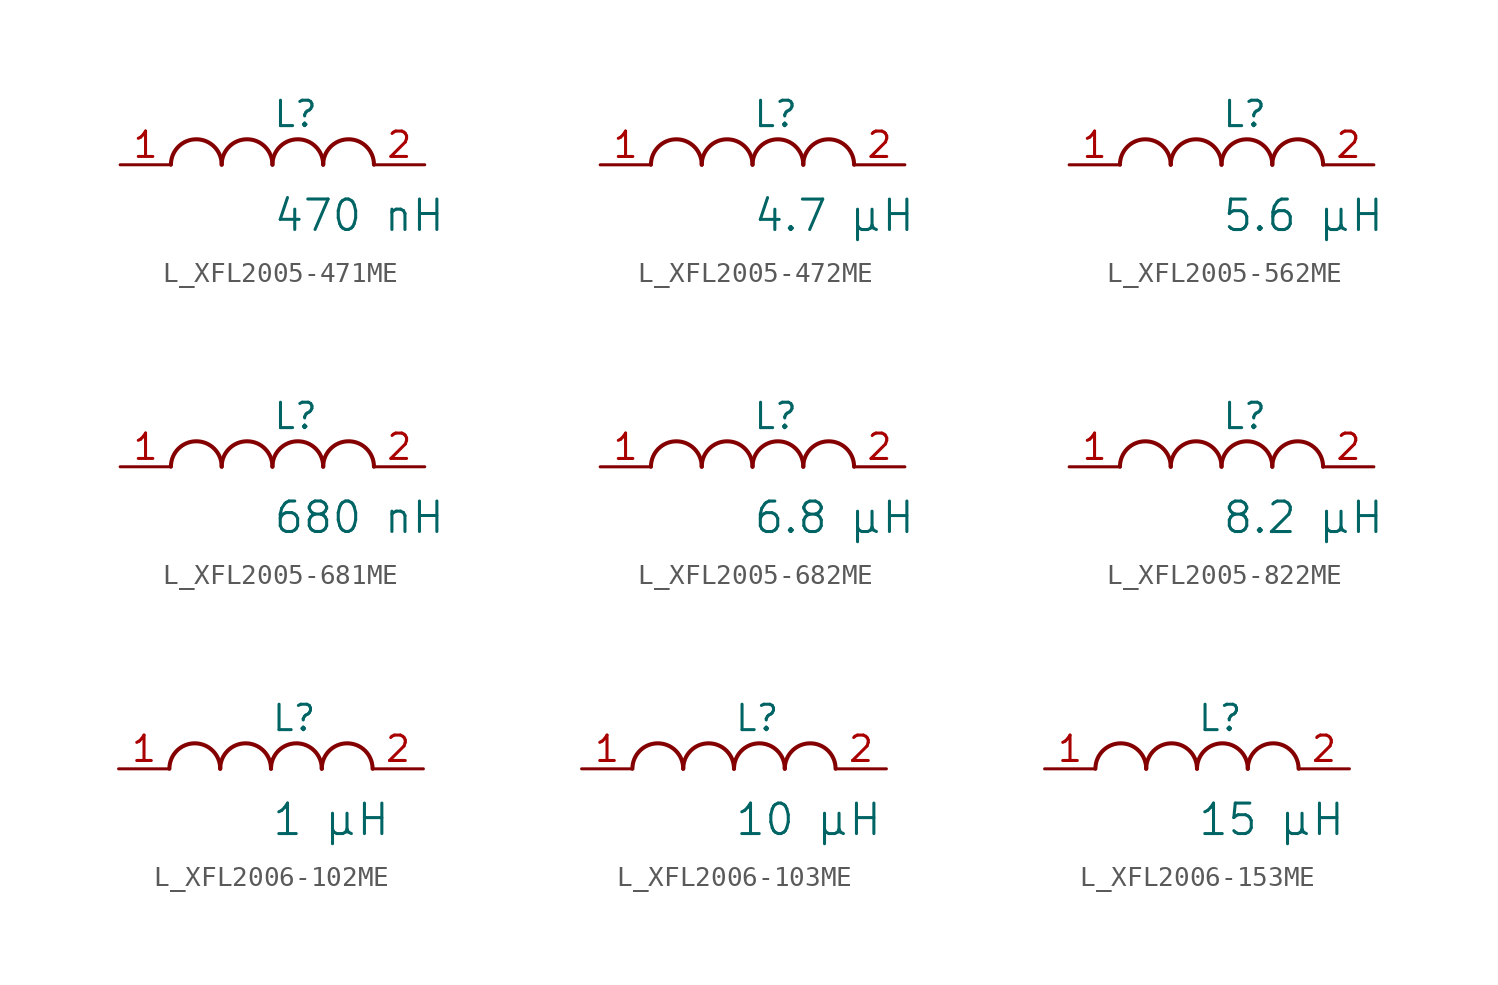
<source format=kicad_sym>
(kicad_symbol_lib
  (version 20231120)
  (generator "kicad_symbol_editor")
  (generator_version "8.0")
  (symbol "L_XFL2005-471ME"
    (pin_names
      (offset 0.254))
    (property "Reference" "L"
      (at 0 2.54 0)
      (effects (font (size 1.27 1.27)) (justify left)))
    (property "Value" "470 nH"
      (at 0 -2.54 0)
      (effects (font (size 1.524 1.524)) (justify left)))
    (symbol "L_XFL2005-471ME_1_1"
      (arc (start -2.54 0.0056) (mid -3.81 1.27) (end -5.08 0.0056) (stroke (width 0.2032) (type default)) (fill (type none)))
      (arc (start 0 0.0056) (mid -1.27 1.27) (end -2.54 0.0056) (stroke (width 0.2032) (type default)) (fill (type none)))
      (arc (start 2.54 0.0056) (mid 1.27 1.27) (end 0 0.0056) (stroke (width 0.2032) (type default)) (fill (type none)))
      (arc (start 5.08 0.0056) (mid 3.81 1.27) (end 2.54 0.0056) (stroke (width 0.2032) (type default)) (fill (type none)))
      (pin unspecified line (at -7.62 0 0) (length 2.54) (name "" (effects (font (size 1.27 1.27)))) (number "1" (effects (font (size 1.27 1.27)))))
      (pin unspecified line (at 7.62 0 180) (length 2.54) (name "" (effects (font (size 1.27 1.27)))) (number "2" (effects (font (size 1.27 1.27)))))))
  (symbol "L_XFL2005-472ME"
    (pin_names
      (offset 0.254))
    (property "Reference" "L"
      (at 0 2.54 0)
      (effects (font (size 1.27 1.27)) (justify left)))
    (property "Value" "4.7 µH"
      (at 0 -2.54 0)
      (effects (font (size 1.524 1.524)) (justify left)))
    (symbol "L_XFL2005-472ME_1_1"
      (arc (start -2.54 0.0056) (mid -3.81 1.27) (end -5.08 0.0056) (stroke (width 0.2032) (type default)) (fill (type none)))
      (arc (start 0 0.0056) (mid -1.27 1.27) (end -2.54 0.0056) (stroke (width 0.2032) (type default)) (fill (type none)))
      (arc (start 2.54 0.0056) (mid 1.27 1.27) (end 0 0.0056) (stroke (width 0.2032) (type default)) (fill (type none)))
      (arc (start 5.08 0.0056) (mid 3.81 1.27) (end 2.54 0.0056) (stroke (width 0.2032) (type default)) (fill (type none)))
      (pin unspecified line (at -7.62 0 0) (length 2.54) (name "" (effects (font (size 1.27 1.27)))) (number "1" (effects (font (size 1.27 1.27)))))
      (pin unspecified line (at 7.62 0 180) (length 2.54) (name "" (effects (font (size 1.27 1.27)))) (number "2" (effects (font (size 1.27 1.27)))))))
  (symbol "L_XFL2005-562ME"
    (pin_names
      (offset 0.254))
    (property "Reference" "L"
      (at 0 2.54 0)
      (effects (font (size 1.27 1.27)) (justify left)))
    (property "Value" "5.6 µH"
      (at 0 -2.54 0)
      (effects (font (size 1.524 1.524)) (justify left)))
    (symbol "L_XFL2005-562ME_1_1"
      (arc (start -2.54 0.0056) (mid -3.81 1.27) (end -5.08 0.0056) (stroke (width 0.2032) (type default)) (fill (type none)))
      (arc (start 0 0.0056) (mid -1.27 1.27) (end -2.54 0.0056) (stroke (width 0.2032) (type default)) (fill (type none)))
      (arc (start 2.54 0.0056) (mid 1.27 1.27) (end 0 0.0056) (stroke (width 0.2032) (type default)) (fill (type none)))
      (arc (start 5.08 0.0056) (mid 3.81 1.27) (end 2.54 0.0056) (stroke (width 0.2032) (type default)) (fill (type none)))
      (pin unspecified line (at -7.62 0 0) (length 2.54) (name "" (effects (font (size 1.27 1.27)))) (number "1" (effects (font (size 1.27 1.27)))))
      (pin unspecified line (at 7.62 0 180) (length 2.54) (name "" (effects (font (size 1.27 1.27)))) (number "2" (effects (font (size 1.27 1.27)))))))
  (symbol "L_XFL2005-681ME"
    (pin_names
      (offset 0.254))
    (property "Reference" "L"
      (at 0 2.54 0)
      (effects (font (size 1.27 1.27)) (justify left)))
    (property "Value" "680 nH"
      (at 0 -2.54 0)
      (effects (font (size 1.524 1.524)) (justify left)))
    (symbol "L_XFL2005-681ME_1_1"
      (arc (start -2.54 0.0056) (mid -3.81 1.27) (end -5.08 0.0056) (stroke (width 0.2032) (type default)) (fill (type none)))
      (arc (start 0 0.0056) (mid -1.27 1.27) (end -2.54 0.0056) (stroke (width 0.2032) (type default)) (fill (type none)))
      (arc (start 2.54 0.0056) (mid 1.27 1.27) (end 0 0.0056) (stroke (width 0.2032) (type default)) (fill (type none)))
      (arc (start 5.08 0.0056) (mid 3.81 1.27) (end 2.54 0.0056) (stroke (width 0.2032) (type default)) (fill (type none)))
      (pin unspecified line (at -7.62 0 0) (length 2.54) (name "" (effects (font (size 1.27 1.27)))) (number "1" (effects (font (size 1.27 1.27)))))
      (pin unspecified line (at 7.62 0 180) (length 2.54) (name "" (effects (font (size 1.27 1.27)))) (number "2" (effects (font (size 1.27 1.27)))))))
  (symbol "L_XFL2005-682ME"
    (pin_names
      (offset 0.254))
    (property "Reference" "L"
      (at 0 2.54 0)
      (effects (font (size 1.27 1.27)) (justify left)))
    (property "Value" "6.8 µH"
      (at 0 -2.54 0)
      (effects (font (size 1.524 1.524)) (justify left)))
    (symbol "L_XFL2005-682ME_1_1"
      (arc (start -2.54 0.0056) (mid -3.81 1.27) (end -5.08 0.0056) (stroke (width 0.2032) (type default)) (fill (type none)))
      (arc (start 0 0.0056) (mid -1.27 1.27) (end -2.54 0.0056) (stroke (width 0.2032) (type default)) (fill (type none)))
      (arc (start 2.54 0.0056) (mid 1.27 1.27) (end 0 0.0056) (stroke (width 0.2032) (type default)) (fill (type none)))
      (arc (start 5.08 0.0056) (mid 3.81 1.27) (end 2.54 0.0056) (stroke (width 0.2032) (type default)) (fill (type none)))
      (pin unspecified line (at -7.62 0 0) (length 2.54) (name "" (effects (font (size 1.27 1.27)))) (number "1" (effects (font (size 1.27 1.27)))))
      (pin unspecified line (at 7.62 0 180) (length 2.54) (name "" (effects (font (size 1.27 1.27)))) (number "2" (effects (font (size 1.27 1.27)))))))
  (symbol "L_XFL2005-822ME"
    (pin_names
      (offset 0.254))
    (property "Reference" "L"
      (at 0 2.54 0)
      (effects (font (size 1.27 1.27)) (justify left)))
    (property "Value" "8.2 µH"
      (at 0 -2.54 0)
      (effects (font (size 1.524 1.524)) (justify left)))
    (symbol "L_XFL2005-822ME_1_1"
      (arc (start -2.54 0.0056) (mid -3.81 1.27) (end -5.08 0.0056) (stroke (width 0.2032) (type default)) (fill (type none)))
      (arc (start 0 0.0056) (mid -1.27 1.27) (end -2.54 0.0056) (stroke (width 0.2032) (type default)) (fill (type none)))
      (arc (start 2.54 0.0056) (mid 1.27 1.27) (end 0 0.0056) (stroke (width 0.2032) (type default)) (fill (type none)))
      (arc (start 5.08 0.0056) (mid 3.81 1.27) (end 2.54 0.0056) (stroke (width 0.2032) (type default)) (fill (type none)))
      (pin unspecified line (at -7.62 0 0) (length 2.54) (name "" (effects (font (size 1.27 1.27)))) (number "1" (effects (font (size 1.27 1.27)))))
      (pin unspecified line (at 7.62 0 180) (length 2.54) (name "" (effects (font (size 1.27 1.27)))) (number "2" (effects (font (size 1.27 1.27)))))))
  (symbol "L_XFL2006-102ME"
    (pin_names
      (offset 0.254))
    (property "Reference" "L"
      (at 0 2.54 0)
      (effects (font (size 1.27 1.27)) (justify left)))
    (property "Value" "1 µH"
      (at 0 -2.54 0)
      (effects (font (size 1.524 1.524)) (justify left)))
    (symbol "L_XFL2006-102ME_1_1"
      (arc (start -2.54 0.0056) (mid -3.81 1.27) (end -5.08 0.0056) (stroke (width 0.2032) (type default)) (fill (type none)))
      (arc (start 0 0.0056) (mid -1.27 1.27) (end -2.54 0.0056) (stroke (width 0.2032) (type default)) (fill (type none)))
      (arc (start 2.54 0.0056) (mid 1.27 1.27) (end 0 0.0056) (stroke (width 0.2032) (type default)) (fill (type none)))
      (arc (start 5.08 0.0056) (mid 3.81 1.27) (end 2.54 0.0056) (stroke (width 0.2032) (type default)) (fill (type none)))
      (pin unspecified line (at -7.62 0 0) (length 2.54) (name "" (effects (font (size 1.27 1.27)))) (number "1" (effects (font (size 1.27 1.27)))))
      (pin unspecified line (at 7.62 0 180) (length 2.54) (name "" (effects (font (size 1.27 1.27)))) (number "2" (effects (font (size 1.27 1.27)))))))
  (symbol "L_XFL2006-103ME"
    (pin_names
      (offset 0.254))
    (property "Reference" "L"
      (at 0 2.54 0)
      (effects (font (size 1.27 1.27)) (justify left)))
    (property "Value" "10 µH"
      (at 0 -2.54 0)
      (effects (font (size 1.524 1.524)) (justify left)))
    (symbol "L_XFL2006-103ME_1_1"
      (arc (start -2.54 0.0056) (mid -3.81 1.27) (end -5.08 0.0056) (stroke (width 0.2032) (type default)) (fill (type none)))
      (arc (start 0 0.0056) (mid -1.27 1.27) (end -2.54 0.0056) (stroke (width 0.2032) (type default)) (fill (type none)))
      (arc (start 2.54 0.0056) (mid 1.27 1.27) (end 0 0.0056) (stroke (width 0.2032) (type default)) (fill (type none)))
      (arc (start 5.08 0.0056) (mid 3.81 1.27) (end 2.54 0.0056) (stroke (width 0.2032) (type default)) (fill (type none)))
      (pin unspecified line (at -7.62 0 0) (length 2.54) (name "" (effects (font (size 1.27 1.27)))) (number "1" (effects (font (size 1.27 1.27)))))
      (pin unspecified line (at 7.62 0 180) (length 2.54) (name "" (effects (font (size 1.27 1.27)))) (number "2" (effects (font (size 1.27 1.27)))))))
  (symbol "L_XFL2006-153ME"
    (pin_names
      (offset 0.254))
    (property "Reference" "L"
      (at 0 2.54 0)
      (effects (font (size 1.27 1.27)) (justify left)))
    (property "Value" "15 µH"
      (at 0 -2.54 0)
      (effects (font (size 1.524 1.524)) (justify left)))
    (symbol "L_XFL2006-153ME_1_1"
      (arc (start -2.54 0.0056) (mid -3.81 1.27) (end -5.08 0.0056) (stroke (width 0.2032) (type default)) (fill (type none)))
      (arc (start 0 0.0056) (mid -1.27 1.27) (end -2.54 0.0056) (stroke (width 0.2032) (type default)) (fill (type none)))
      (arc (start 2.54 0.0056) (mid 1.27 1.27) (end 0 0.0056) (stroke (width 0.2032) (type default)) (fill (type none)))
      (arc (start 5.08 0.0056) (mid 3.81 1.27) (end 2.54 0.0056) (stroke (width 0.2032) (type default)) (fill (type none)))
      (pin unspecified line (at -7.62 0 0) (length 2.54) (name "" (effects (font (size 1.27 1.27)))) (number "1" (effects (font (size 1.27 1.27)))))
      (pin unspecified line (at 7.62 0 180) (length 2.54) (name "" (effects (font (size 1.27 1.27)))) (number "2" (effects (font (size 1.27 1.27))))))))
</source>
